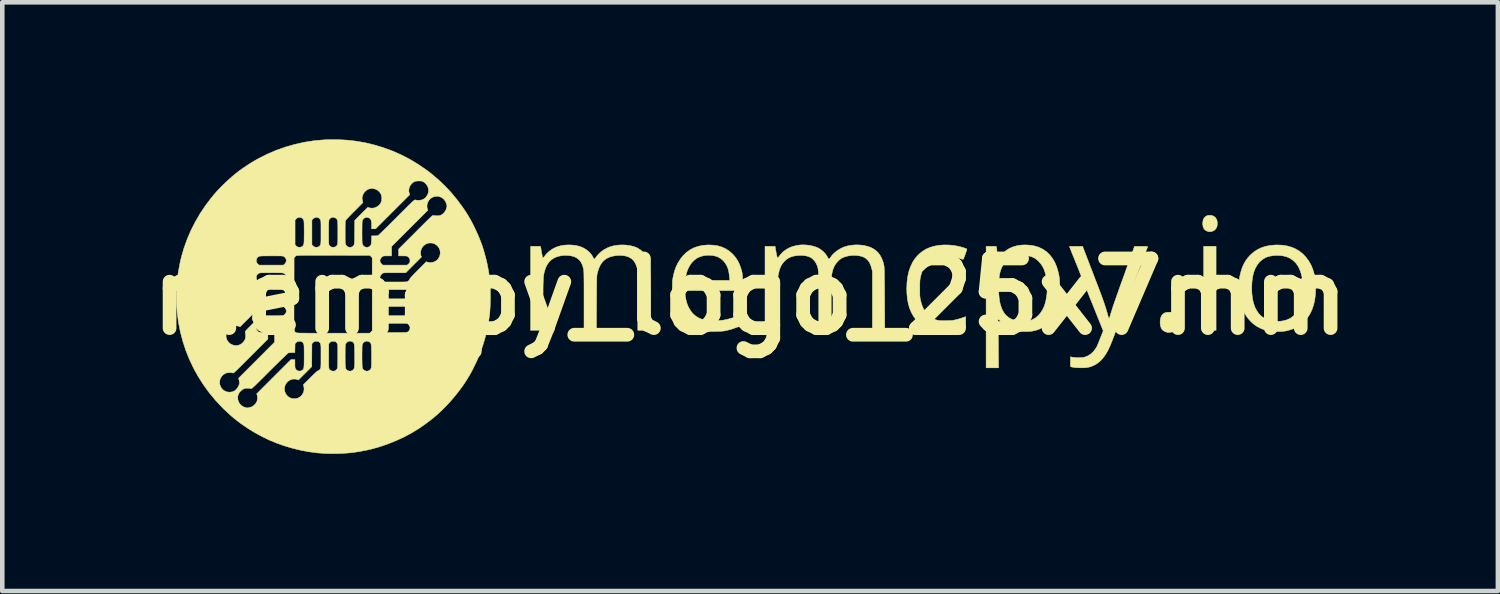
<source format=kicad_pcb>
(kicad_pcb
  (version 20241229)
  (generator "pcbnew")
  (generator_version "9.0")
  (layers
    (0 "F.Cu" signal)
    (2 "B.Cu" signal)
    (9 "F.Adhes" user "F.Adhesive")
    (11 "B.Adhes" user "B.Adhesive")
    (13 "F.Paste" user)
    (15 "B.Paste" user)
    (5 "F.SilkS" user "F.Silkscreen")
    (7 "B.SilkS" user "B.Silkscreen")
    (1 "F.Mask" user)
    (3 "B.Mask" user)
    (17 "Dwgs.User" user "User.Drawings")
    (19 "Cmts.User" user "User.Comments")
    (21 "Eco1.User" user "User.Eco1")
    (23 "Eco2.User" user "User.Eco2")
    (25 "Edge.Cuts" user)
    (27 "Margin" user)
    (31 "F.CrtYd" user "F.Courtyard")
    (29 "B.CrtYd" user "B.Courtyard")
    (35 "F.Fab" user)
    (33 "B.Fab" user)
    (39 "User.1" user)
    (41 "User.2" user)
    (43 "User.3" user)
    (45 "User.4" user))
  (footprint "memcpy_logo_25x7mm"
    (layer "F.Cu")
    (at 13.36 3.439)
    (property "Reference" "memcpy_logo_25x7mm" (at 0 0 0) (layer "F.SilkS") (effects (font (size 1.524 1.524) (thickness 0.3))))
    (attr through_hole)
    (fp_poly (pts (xy 10.195 0.738) (xy 9.923 0.738) (xy 9.923 -1.1) (xy 10.195 -1.1) (xy 10.195 0.738)) (stroke (width 0.01) (type solid)) (fill yes) (layer "F.SilkS"))
    (fp_poly (pts (xy 10.104 -1.775) (xy 10.145 -1.758) (xy 10.179 -1.731) (xy 10.205 -1.693) (xy 10.211 -1.679) (xy 10.219 -1.646) (xy 10.222 -1.607) (xy 10.221 -1.566) (xy 10.214 -1.531) (xy 10.211 -1.522) (xy 10.189 -1.483) (xy 10.158 -1.452) (xy 10.12 -1.431) (xy 10.078 -1.42) (xy 10.034 -1.421) (xy 9.991 -1.435) (xy 9.983 -1.439) (xy 9.95 -1.462) (xy 9.926 -1.491) (xy 9.911 -1.527) (xy 9.904 -1.572) (xy 9.903 -1.608) (xy 9.908 -1.66) (xy 9.923 -1.704) (xy 9.948 -1.738) (xy 9.982 -1.763) (xy 10.01 -1.774) (xy 10.059 -1.781) (xy 10.104 -1.775)) (stroke (width 0.01) (type solid)) (fill yes) (layer "F.SilkS"))
    (fp_poly (pts (xy 9.199 0.342) (xy 9.225 0.344) (xy 9.244 0.35) (xy 9.257 0.356) (xy 9.296 0.38) (xy 9.324 0.409) (xy 9.345 0.447) (xy 9.358 0.494) (xy 9.361 0.508) (xy 9.365 0.555) (xy 9.362 0.605) (xy 9.353 0.651) (xy 9.339 0.688) (xy 9.315 0.722) (xy 9.28 0.75) (xy 9.239 0.771) (xy 9.194 0.783) (xy 9.149 0.785) (xy 9.127 0.782) (xy 9.081 0.767) (xy 9.042 0.745) (xy 9.012 0.718) (xy 8.999 0.697) (xy 8.982 0.654) (xy 8.973 0.605) (xy 8.971 0.555) (xy 8.975 0.504) (xy 8.985 0.458) (xy 9.002 0.418) (xy 9.024 0.388) (xy 9.027 0.385) (xy 9.056 0.364) (xy 9.088 0.35) (xy 9.126 0.343) (xy 9.165 0.341) (xy 9.199 0.342)) (stroke (width 0.01) (type solid)) (fill yes) (layer "F.SilkS"))
    (fp_poly (pts (xy 4.341 -1.129) (xy 4.448 -1.12) (xy 4.555 -1.101) (xy 4.614 -1.086) (xy 4.643 -1.078) (xy 4.673 -1.069) (xy 4.701 -1.059) (xy 4.725 -1.05) (xy 4.74 -1.044) (xy 4.743 -1.042) (xy 4.743 -1.035) (xy 4.739 -1.018) (xy 4.73 -0.989) (xy 4.716 -0.949) (xy 4.701 -0.908) (xy 4.69 -0.878) (xy 4.68 -0.852) (xy 4.674 -0.833) (xy 4.671 -0.826) (xy 4.664 -0.817) (xy 4.648 -0.815) (xy 4.623 -0.823) (xy 4.616 -0.825) (xy 4.565 -0.844) (xy 4.503 -0.86) (xy 4.437 -0.874) (xy 4.369 -0.884) (xy 4.304 -0.89) (xy 4.268 -0.891) (xy 4.175 -0.885) (xy 4.091 -0.87) (xy 4.015 -0.843) (xy 3.948 -0.806) (xy 3.889 -0.757) (xy 3.839 -0.698) (xy 3.796 -0.627) (xy 3.761 -0.544) (xy 3.733 -0.45) (xy 3.728 -0.428) (xy 3.723 -0.405) (xy 3.72 -0.382) (xy 3.717 -0.359) (xy 3.715 -0.331) (xy 3.714 -0.298) (xy 3.713 -0.257) (xy 3.713 -0.205) (xy 3.713 -0.177) (xy 3.713 -0.121) (xy 3.713 -0.075) (xy 3.714 -0.039) (xy 3.715 -0.01) (xy 3.718 0.014) (xy 3.721 0.036) (xy 3.725 0.058) (xy 3.728 0.073) (xy 3.749 0.154) (xy 3.773 0.223) (xy 3.803 0.284) (xy 3.838 0.337) (xy 3.88 0.387) (xy 3.887 0.393) (xy 3.932 0.435) (xy 3.978 0.467) (xy 4.028 0.492) (xy 4.075 0.51) (xy 4.092 0.515) (xy 4.109 0.519) (xy 4.127 0.522) (xy 4.148 0.524) (xy 4.177 0.525) (xy 4.214 0.525) (xy 4.262 0.525) (xy 4.273 0.525) (xy 4.324 0.525) (xy 4.364 0.524) (xy 4.396 0.523) (xy 4.422 0.521) (xy 4.445 0.518) (xy 4.469 0.513) (xy 4.495 0.507) (xy 4.499 0.506) (xy 4.537 0.497) (xy 4.576 0.486) (xy 4.611 0.475) (xy 4.628 0.47) (xy 4.655 0.46) (xy 4.68 0.452) (xy 4.697 0.446) (xy 4.699 0.445) (xy 4.718 0.439) (xy 4.718 0.679) (xy 4.682 0.694) (xy 4.626 0.716) (xy 4.573 0.732) (xy 4.519 0.744) (xy 4.462 0.753) (xy 4.397 0.759) (xy 4.323 0.762) (xy 4.287 0.763) (xy 4.234 0.764) (xy 4.193 0.764) (xy 4.16 0.763) (xy 4.133 0.761) (xy 4.109 0.759) (xy 4.085 0.755) (xy 4.059 0.75) (xy 4.05 0.748) (xy 3.956 0.724) (xy 3.872 0.692) (xy 3.797 0.652) (xy 3.729 0.603) (xy 3.701 0.579) (xy 3.633 0.508) (xy 3.575 0.43) (xy 3.527 0.344) (xy 3.488 0.251) (xy 3.46 0.148) (xy 3.44 0.037) (xy 3.43 -0.084) (xy 3.428 -0.177) (xy 3.433 -0.31) (xy 3.448 -0.433) (xy 3.473 -0.547) (xy 3.509 -0.652) (xy 3.554 -0.746) (xy 3.608 -0.831) (xy 3.673 -0.907) (xy 3.747 -0.972) (xy 3.831 -1.028) (xy 3.866 -1.047) (xy 3.947 -1.08) (xy 4.036 -1.105) (xy 4.133 -1.122) (xy 4.236 -1.13) (xy 4.341 -1.129)) (stroke (width 0.01) (type solid)) (fill yes) (layer "F.SilkS"))
    (fp_poly (pts (xy 11.649 -1.125) (xy 11.755 -1.108) (xy 11.853 -1.079) (xy 11.944 -1.039) (xy 12.027 -0.988) (xy 12.103 -0.925) (xy 12.163 -0.859) (xy 12.224 -0.777) (xy 12.274 -0.689) (xy 12.313 -0.594) (xy 12.343 -0.491) (xy 12.362 -0.38) (xy 12.373 -0.26) (xy 12.375 -0.181) (xy 12.369 -0.049) (xy 12.354 0.073) (xy 12.328 0.186) (xy 12.292 0.29) (xy 12.246 0.385) (xy 12.189 0.47) (xy 12.123 0.546) (xy 12.046 0.612) (xy 12.043 0.614) (xy 11.981 0.656) (xy 11.918 0.69) (xy 11.849 0.717) (xy 11.773 0.739) (xy 11.721 0.751) (xy 11.67 0.759) (xy 11.61 0.764) (xy 11.546 0.766) (xy 11.481 0.765) (xy 11.419 0.761) (xy 11.366 0.755) (xy 11.346 0.751) (xy 11.297 0.74) (xy 11.255 0.728) (xy 11.217 0.714) (xy 11.178 0.697) (xy 11.155 0.687) (xy 11.098 0.657) (xy 11.048 0.625) (xy 11.001 0.588) (xy 10.953 0.543) (xy 10.89 0.472) (xy 10.836 0.394) (xy 10.79 0.307) (xy 10.753 0.212) (xy 10.723 0.105) (xy 10.715 0.07) (xy 10.71 0.046) (xy 10.706 0.023) (xy 10.704 -0.001) (xy 10.702 -0.027) (xy 10.7 -0.06) (xy 10.7 -0.1) (xy 10.699 -0.15) (xy 10.699 -0.184) (xy 10.974 -0.184) (xy 10.979 -0.066) (xy 10.992 0.043) (xy 11.013 0.141) (xy 11.044 0.229) (xy 11.083 0.306) (xy 11.13 0.373) (xy 11.185 0.428) (xy 11.249 0.473) (xy 11.277 0.488) (xy 11.35 0.516) (xy 11.431 0.534) (xy 11.515 0.542) (xy 11.601 0.539) (xy 11.669 0.529) (xy 11.748 0.507) (xy 11.82 0.473) (xy 11.883 0.428) (xy 11.939 0.373) (xy 11.986 0.306) (xy 12.025 0.228) (xy 12.057 0.138) (xy 12.076 0.063) (xy 12.081 0.037) (xy 12.084 0.013) (xy 12.087 -0.012) (xy 12.089 -0.04) (xy 12.09 -0.075) (xy 12.091 -0.118) (xy 12.091 -0.172) (xy 12.091 -0.181) (xy 12.091 -0.237) (xy 12.09 -0.282) (xy 12.089 -0.318) (xy 12.087 -0.347) (xy 12.085 -0.372) (xy 12.081 -0.396) (xy 12.076 -0.421) (xy 12.076 -0.424) (xy 12.052 -0.517) (xy 12.023 -0.598) (xy 11.987 -0.669) (xy 11.943 -0.73) (xy 11.892 -0.782) (xy 11.832 -0.826) (xy 11.802 -0.844) (xy 11.745 -0.869) (xy 11.68 -0.887) (xy 11.608 -0.898) (xy 11.533 -0.901) (xy 11.458 -0.898) (xy 11.386 -0.887) (xy 11.319 -0.87) (xy 11.273 -0.851) (xy 11.206 -0.81) (xy 11.146 -0.758) (xy 11.096 -0.695) (xy 11.054 -0.622) (xy 11.021 -0.538) (xy 10.997 -0.443) (xy 10.982 -0.337) (xy 10.975 -0.22) (xy 10.974 -0.184) (xy 10.699 -0.184) (xy 10.699 -0.188) (xy 10.699 -0.246) (xy 10.7 -0.292) (xy 10.701 -0.329) (xy 10.702 -0.359) (xy 10.704 -0.384) (xy 10.707 -0.407) (xy 10.712 -0.431) (xy 10.715 -0.449) (xy 10.74 -0.55) (xy 10.769 -0.639) (xy 10.805 -0.72) (xy 10.848 -0.792) (xy 10.899 -0.86) (xy 10.944 -0.909) (xy 11.017 -0.974) (xy 11.097 -1.027) (xy 11.184 -1.069) (xy 11.279 -1.1) (xy 11.383 -1.12) (xy 11.494 -1.129) (xy 11.534 -1.13) (xy 11.649 -1.125)) (stroke (width 0.01) (type solid)) (fill yes) (layer "F.SilkS"))
    (fp_poly (pts (xy -0.797 -1.125) (xy -0.701 -1.11) (xy -0.613 -1.083) (xy -0.532 -1.046) (xy -0.457 -0.997) (xy -0.387 -0.936) (xy -0.377 -0.926) (xy -0.32 -0.86) (xy -0.271 -0.786) (xy -0.231 -0.704) (xy -0.198 -0.612) (xy -0.18 -0.546) (xy -0.175 -0.524) (xy -0.171 -0.5) (xy -0.168 -0.474) (xy -0.166 -0.443) (xy -0.164 -0.403) (xy -0.162 -0.355) (xy -0.161 -0.308) (xy -0.157 -0.132) (xy -0.792 -0.132) (xy -1.428 -0.132) (xy -1.424 -0.082) (xy -1.414 -0.001) (xy -1.402 0.069) (xy -1.386 0.131) (xy -1.366 0.188) (xy -1.343 0.239) (xy -1.301 0.311) (xy -1.251 0.372) (xy -1.193 0.423) (xy -1.126 0.465) (xy -1.048 0.499) (xy -1.006 0.513) (xy -0.981 0.518) (xy -0.945 0.522) (xy -0.9 0.524) (xy -0.849 0.526) (xy -0.796 0.526) (xy -0.741 0.526) (xy -0.688 0.524) (xy -0.64 0.521) (xy -0.599 0.517) (xy -0.571 0.513) (xy -0.484 0.493) (xy -0.402 0.47) (xy -0.327 0.446) (xy -0.263 0.422) (xy -0.237 0.41) (xy -0.237 0.652) (xy -0.291 0.673) (xy -0.419 0.717) (xy -0.536 0.746) (xy -0.563 0.751) (xy -0.59 0.754) (xy -0.62 0.757) (xy -0.655 0.759) (xy -0.699 0.761) (xy -0.752 0.762) (xy -0.786 0.763) (xy -0.842 0.763) (xy -0.886 0.764) (xy -0.921 0.763) (xy -0.949 0.762) (xy -0.973 0.76) (xy -0.995 0.758) (xy -1.018 0.754) (xy -1.044 0.748) (xy -1.044 0.748) (xy -1.147 0.722) (xy -1.239 0.687) (xy -1.322 0.643) (xy -1.398 0.588) (xy -1.468 0.523) (xy -1.511 0.473) (xy -1.542 0.431) (xy -1.573 0.38) (xy -1.603 0.324) (xy -1.63 0.267) (xy -1.651 0.214) (xy -1.655 0.202) (xy -1.669 0.154) (xy -1.68 0.109) (xy -1.688 0.065) (xy -1.694 0.017) (xy -1.698 -0.035) (xy -1.7 -0.096) (xy -1.701 -0.168) (xy -1.701 -0.17) (xy -1.7 -0.227) (xy -1.7 -0.273) (xy -1.699 -0.309) (xy -1.697 -0.339) (xy -1.696 -0.355) (xy -1.421 -0.355) (xy -0.445 -0.355) (xy -0.445 -0.374) (xy -0.447 -0.401) (xy -0.451 -0.437) (xy -0.456 -0.477) (xy -0.462 -0.519) (xy -0.469 -0.558) (xy -0.476 -0.589) (xy -0.48 -0.605) (xy -0.509 -0.675) (xy -0.547 -0.738) (xy -0.594 -0.793) (xy -0.649 -0.837) (xy -0.709 -0.87) (xy -0.725 -0.876) (xy -0.795 -0.896) (xy -0.87 -0.905) (xy -0.947 -0.904) (xy -1.022 -0.893) (xy -1.093 -0.873) (xy -1.157 -0.844) (xy -1.169 -0.837) (xy -1.227 -0.793) (xy -1.279 -0.738) (xy -1.324 -0.673) (xy -1.361 -0.601) (xy -1.388 -0.524) (xy -1.406 -0.442) (xy -1.406 -0.442) (xy -1.41 -0.414) (xy -1.414 -0.39) (xy -1.417 -0.374) (xy -1.421 -0.355) (xy -1.696 -0.355) (xy -1.695 -0.366) (xy -1.691 -0.391) (xy -1.686 -0.418) (xy -1.685 -0.424) (xy -1.666 -0.51) (xy -1.644 -0.585) (xy -1.619 -0.652) (xy -1.589 -0.716) (xy -1.579 -0.734) (xy -1.522 -0.825) (xy -1.458 -0.904) (xy -1.386 -0.972) (xy -1.307 -1.027) (xy -1.221 -1.071) (xy -1.128 -1.102) (xy -1.027 -1.122) (xy -0.919 -1.13) (xy -0.901 -1.13) (xy -0.797 -1.125)) (stroke (width 0.01) (type solid)) (fill yes) (layer "F.SilkS"))
    (fp_poly (pts (xy -3.891 -1.128) (xy -3.809 -1.118) (xy -3.733 -1.1) (xy -3.709 -1.092) (xy -3.635 -1.059) (xy -3.569 -1.017) (xy -3.512 -0.967) (xy -3.465 -0.911) (xy -3.435 -0.858) (xy -3.424 -0.839) (xy -3.413 -0.825) (xy -3.407 -0.821) (xy -3.399 -0.827) (xy -3.386 -0.841) (xy -3.372 -0.861) (xy -3.324 -0.921) (xy -3.266 -0.976) (xy -3.198 -1.025) (xy -3.124 -1.065) (xy -3.058 -1.092) (xy -2.979 -1.113) (xy -2.894 -1.126) (xy -2.807 -1.131) (xy -2.719 -1.128) (xy -2.635 -1.117) (xy -2.555 -1.099) (xy -2.484 -1.073) (xy -2.458 -1.06) (xy -2.393 -1.018) (xy -2.337 -0.968) (xy -2.29 -0.908) (xy -2.252 -0.838) (xy -2.223 -0.758) (xy -2.203 -0.668) (xy -2.193 -0.591) (xy -2.191 -0.568) (xy -2.19 -0.532) (xy -2.189 -0.482) (xy -2.188 -0.421) (xy -2.187 -0.347) (xy -2.186 -0.262) (xy -2.186 -0.167) (xy -2.185 -0.06) (xy -2.185 0.056) (xy -2.185 0.113) (xy -2.185 0.738) (xy -2.456 0.738) (xy -2.46 -0.595) (xy -2.477 -0.644) (xy -2.499 -0.704) (xy -2.524 -0.752) (xy -2.551 -0.791) (xy -2.584 -0.822) (xy -2.596 -0.832) (xy -2.653 -0.865) (xy -2.718 -0.887) (xy -2.792 -0.9) (xy -2.874 -0.901) (xy -2.922 -0.898) (xy -3.005 -0.885) (xy -3.078 -0.863) (xy -3.142 -0.832) (xy -3.197 -0.791) (xy -3.244 -0.739) (xy -3.283 -0.677) (xy -3.315 -0.603) (xy -3.34 -0.517) (xy -3.342 -0.509) (xy -3.344 -0.498) (xy -3.347 -0.486) (xy -3.349 -0.474) (xy -3.35 -0.459) (xy -3.352 -0.441) (xy -3.353 -0.419) (xy -3.354 -0.391) (xy -3.355 -0.358) (xy -3.356 -0.318) (xy -3.356 -0.269) (xy -3.357 -0.212) (xy -3.357 -0.145) (xy -3.358 -0.067) (xy -3.358 0.023) (xy -3.359 0.125) (xy -3.359 0.144) (xy -3.362 0.738) (xy -3.633 0.738) (xy -3.633 0.092) (xy -3.633 -0.018) (xy -3.633 -0.115) (xy -3.633 -0.201) (xy -3.633 -0.275) (xy -3.634 -0.338) (xy -3.634 -0.393) (xy -3.635 -0.439) (xy -3.635 -0.477) (xy -3.636 -0.509) (xy -3.637 -0.535) (xy -3.638 -0.556) (xy -3.64 -0.573) (xy -3.641 -0.587) (xy -3.643 -0.6) (xy -3.645 -0.611) (xy -3.646 -0.612) (xy -3.666 -0.685) (xy -3.695 -0.747) (xy -3.733 -0.798) (xy -3.78 -0.838) (xy -3.836 -0.869) (xy -3.902 -0.889) (xy -3.957 -0.898) (xy -4.036 -0.902) (xy -4.114 -0.897) (xy -4.187 -0.883) (xy -4.254 -0.861) (xy -4.3 -0.838) (xy -4.357 -0.798) (xy -4.405 -0.748) (xy -4.445 -0.689) (xy -4.477 -0.619) (xy -4.495 -0.56) (xy -4.501 -0.538) (xy -4.507 -0.516) (xy -4.511 -0.494) (xy -4.515 -0.47) (xy -4.518 -0.443) (xy -4.521 -0.412) (xy -4.523 -0.377) (xy -4.525 -0.336) (xy -4.527 -0.289) (xy -4.528 -0.233) (xy -4.529 -0.169) (xy -4.529 -0.095) (xy -4.53 -0.01) (xy -4.53 0.087) (xy -4.53 0.193) (xy -4.53 0.738) (xy -4.802 0.738) (xy -4.802 -1.1) (xy -4.587 -1.1) (xy -4.579 -1.073) (xy -4.574 -1.051) (xy -4.572 -1.032) (xy -4.572 -1.03) (xy -4.57 -1.015) (xy -4.566 -0.992) (xy -4.561 -0.963) (xy -4.558 -0.95) (xy -4.552 -0.92) (xy -4.547 -0.893) (xy -4.544 -0.873) (xy -4.544 -0.868) (xy -4.541 -0.853) (xy -4.531 -0.849) (xy -4.518 -0.856) (xy -4.502 -0.873) (xy -4.499 -0.879) (xy -4.45 -0.94) (xy -4.391 -0.994) (xy -4.322 -1.042) (xy -4.245 -1.081) (xy -4.215 -1.092) (xy -4.142 -1.113) (xy -4.062 -1.126) (xy -3.977 -1.131) (xy -3.891 -1.128)) (stroke (width 0.01) (type solid)) (fill yes) (layer "F.SilkS"))
    (fp_poly (pts (xy 6.13 -1.124) (xy 6.229 -1.107) (xy 6.321 -1.078) (xy 6.405 -1.037) (xy 6.481 -0.985) (xy 6.549 -0.921) (xy 6.609 -0.846) (xy 6.655 -0.772) (xy 6.685 -0.709) (xy 6.711 -0.644) (xy 6.733 -0.571) (xy 6.753 -0.489) (xy 6.758 -0.459) (xy 6.763 -0.434) (xy 6.767 -0.411) (xy 6.769 -0.388) (xy 6.771 -0.362) (xy 6.773 -0.331) (xy 6.773 -0.294) (xy 6.774 -0.247) (xy 6.774 -0.189) (xy 6.774 -0.177) (xy 6.773 -0.118) (xy 6.773 -0.07) (xy 6.772 -0.032) (xy 6.771 -0.001) (xy 6.769 0.025) (xy 6.767 0.048) (xy 6.763 0.07) (xy 6.758 0.095) (xy 6.755 0.111) (xy 6.744 0.161) (xy 6.734 0.201) (xy 6.723 0.238) (xy 6.711 0.275) (xy 6.697 0.312) (xy 6.656 0.399) (xy 6.606 0.48) (xy 6.548 0.552) (xy 6.482 0.615) (xy 6.41 0.668) (xy 6.333 0.709) (xy 6.302 0.722) (xy 6.234 0.743) (xy 6.163 0.757) (xy 6.085 0.764) (xy 6.024 0.765) (xy 5.928 0.762) (xy 5.841 0.75) (xy 5.761 0.729) (xy 5.687 0.7) (xy 5.615 0.66) (xy 5.592 0.645) (xy 5.566 0.625) (xy 5.536 0.6) (xy 5.507 0.572) (xy 5.481 0.545) (xy 5.462 0.522) (xy 5.458 0.517) (xy 5.445 0.505) (xy 5.433 0.501) (xy 5.425 0.503) (xy 5.422 0.51) (xy 5.423 0.526) (xy 5.424 0.531) (xy 5.425 0.542) (xy 5.426 0.567) (xy 5.427 0.603) (xy 5.428 0.649) (xy 5.428 0.705) (xy 5.429 0.768) (xy 5.43 0.839) (xy 5.431 0.914) (xy 5.432 0.995) (xy 5.432 1.059) (xy 5.436 1.559) (xy 5.164 1.559) (xy 5.164 -0.222) (xy 5.437 -0.222) (xy 5.438 -0.133) (xy 5.443 -0.045) (xy 5.451 0.038) (xy 5.462 0.113) (xy 5.47 0.148) (xy 5.495 0.233) (xy 5.526 0.307) (xy 5.565 0.369) (xy 5.612 0.421) (xy 5.667 0.464) (xy 5.732 0.498) (xy 5.757 0.508) (xy 5.818 0.526) (xy 5.886 0.537) (xy 5.958 0.542) (xy 6.029 0.54) (xy 6.094 0.531) (xy 6.102 0.529) (xy 6.174 0.505) (xy 6.24 0.469) (xy 6.3 0.42) (xy 6.352 0.36) (xy 6.398 0.29) (xy 6.416 0.254) (xy 6.437 0.206) (xy 6.453 0.158) (xy 6.467 0.106) (xy 6.479 0.047) (xy 6.486 0.002) (xy 6.492 -0.038) (xy 6.496 -0.074) (xy 6.498 -0.109) (xy 6.499 -0.148) (xy 6.498 -0.195) (xy 6.497 -0.219) (xy 6.491 -0.327) (xy 6.479 -0.422) (xy 6.461 -0.507) (xy 6.436 -0.583) (xy 6.404 -0.651) (xy 6.365 -0.712) (xy 6.317 -0.767) (xy 6.312 -0.772) (xy 6.26 -0.818) (xy 6.206 -0.853) (xy 6.146 -0.877) (xy 6.079 -0.893) (xy 6.042 -0.898) (xy 5.973 -0.902) (xy 5.901 -0.898) (xy 5.83 -0.888) (xy 5.763 -0.872) (xy 5.704 -0.851) (xy 5.688 -0.844) (xy 5.632 -0.807) (xy 5.581 -0.758) (xy 5.538 -0.699) (xy 5.502 -0.63) (xy 5.474 -0.551) (xy 5.47 -0.536) (xy 5.456 -0.47) (xy 5.446 -0.394) (xy 5.44 -0.31) (xy 5.437 -0.222) (xy 5.164 -0.222) (xy 5.164 -1.1) (xy 5.385 -1.1) (xy 5.389 -1.08) (xy 5.393 -1.059) (xy 5.396 -1.037) (xy 5.404 -0.978) (xy 5.412 -0.929) (xy 5.42 -0.891) (xy 5.426 -0.865) (xy 5.431 -0.852) (xy 5.433 -0.851) (xy 5.443 -0.854) (xy 5.455 -0.865) (xy 5.457 -0.867) (xy 5.468 -0.881) (xy 5.487 -0.901) (xy 5.509 -0.925) (xy 5.527 -0.943) (xy 5.593 -1.002) (xy 5.666 -1.05) (xy 5.747 -1.087) (xy 5.836 -1.112) (xy 5.933 -1.127) (xy 6.023 -1.131) (xy 6.13 -1.124)) (stroke (width 0.01) (type solid)) (fill yes) (layer "F.SilkS"))
    (fp_poly (pts (xy 1.207 -1.131) (xy 1.289 -1.123) (xy 1.369 -1.107) (xy 1.443 -1.084) (xy 1.495 -1.062) (xy 1.552 -1.026) (xy 1.606 -0.981) (xy 1.653 -0.93) (xy 1.689 -0.874) (xy 1.698 -0.857) (xy 1.709 -0.837) (xy 1.72 -0.824) (xy 1.726 -0.821) (xy 1.735 -0.827) (xy 1.747 -0.841) (xy 1.761 -0.86) (xy 1.796 -0.908) (xy 1.843 -0.954) (xy 1.897 -0.999) (xy 1.958 -1.038) (xy 2.02 -1.071) (xy 2.055 -1.085) (xy 2.133 -1.109) (xy 2.218 -1.124) (xy 2.305 -1.131) (xy 2.393 -1.13) (xy 2.479 -1.12) (xy 2.56 -1.103) (xy 2.634 -1.078) (xy 2.682 -1.055) (xy 2.745 -1.014) (xy 2.798 -0.965) (xy 2.842 -0.907) (xy 2.879 -0.839) (xy 2.909 -0.76) (xy 2.925 -0.699) (xy 2.927 -0.689) (xy 2.929 -0.678) (xy 2.931 -0.666) (xy 2.933 -0.652) (xy 2.934 -0.636) (xy 2.935 -0.616) (xy 2.937 -0.591) (xy 2.938 -0.561) (xy 2.938 -0.525) (xy 2.939 -0.481) (xy 2.94 -0.429) (xy 2.94 -0.369) (xy 2.941 -0.298) (xy 2.942 -0.217) (xy 2.942 -0.124) (xy 2.943 -0.019) (xy 2.943 0.05) (xy 2.947 0.738) (xy 2.811 0.738) (xy 2.676 0.738) (xy 2.676 -0.553) (xy 2.66 -0.618) (xy 2.639 -0.686) (xy 2.614 -0.742) (xy 2.582 -0.788) (xy 2.543 -0.827) (xy 2.522 -0.843) (xy 2.473 -0.869) (xy 2.415 -0.887) (xy 2.351 -0.898) (xy 2.282 -0.902) (xy 2.211 -0.899) (xy 2.14 -0.888) (xy 2.073 -0.87) (xy 2.011 -0.845) (xy 2.004 -0.841) (xy 1.986 -0.829) (xy 1.962 -0.81) (xy 1.936 -0.787) (xy 1.921 -0.772) (xy 1.878 -0.722) (xy 1.843 -0.666) (xy 1.816 -0.603) (xy 1.796 -0.531) (xy 1.782 -0.448) (xy 1.782 -0.446) (xy 1.78 -0.427) (xy 1.779 -0.395) (xy 1.778 -0.351) (xy 1.777 -0.294) (xy 1.776 -0.226) (xy 1.775 -0.147) (xy 1.775 -0.058) (xy 1.775 0.04) (xy 1.775 0.147) (xy 1.775 0.175) (xy 1.775 0.738) (xy 1.503 0.738) (xy 1.503 0.137) (xy 1.503 0.02) (xy 1.503 -0.084) (xy 1.503 -0.176) (xy 1.502 -0.256) (xy 1.501 -0.326) (xy 1.5 -0.387) (xy 1.499 -0.439) (xy 1.498 -0.484) (xy 1.496 -0.522) (xy 1.493 -0.554) (xy 1.491 -0.581) (xy 1.487 -0.604) (xy 1.484 -0.624) (xy 1.48 -0.642) (xy 1.475 -0.658) (xy 1.474 -0.661) (xy 1.45 -0.718) (xy 1.418 -0.771) (xy 1.38 -0.815) (xy 1.337 -0.85) (xy 1.335 -0.851) (xy 1.288 -0.873) (xy 1.231 -0.89) (xy 1.166 -0.899) (xy 1.097 -0.902) (xy 1.036 -0.898) (xy 0.963 -0.888) (xy 0.901 -0.871) (xy 0.846 -0.847) (xy 0.798 -0.815) (xy 0.755 -0.777) (xy 0.722 -0.74) (xy 0.694 -0.701) (xy 0.671 -0.659) (xy 0.651 -0.61) (xy 0.634 -0.552) (xy 0.618 -0.482) (xy 0.618 -0.48) (xy 0.615 -0.467) (xy 0.613 -0.454) (xy 0.61 -0.44) (xy 0.609 -0.425) (xy 0.607 -0.407) (xy 0.606 -0.385) (xy 0.605 -0.359) (xy 0.604 -0.327) (xy 0.603 -0.288) (xy 0.602 -0.242) (xy 0.602 -0.187) (xy 0.602 -0.123) (xy 0.601 -0.048) (xy 0.601 0.039) (xy 0.6 0.138) (xy 0.6 0.165) (xy 0.598 0.738) (xy 0.327 0.738) (xy 0.327 -1.1) (xy 0.547 -1.1) (xy 0.559 -1.028) (xy 0.569 -0.974) (xy 0.577 -0.931) (xy 0.583 -0.9) (xy 0.589 -0.877) (xy 0.593 -0.863) (xy 0.598 -0.854) (xy 0.602 -0.85) (xy 0.606 -0.849) (xy 0.617 -0.852) (xy 0.619 -0.855) (xy 0.624 -0.866) (xy 0.637 -0.884) (xy 0.655 -0.907) (xy 0.677 -0.932) (xy 0.7 -0.957) (xy 0.722 -0.979) (xy 0.736 -0.991) (xy 0.797 -1.034) (xy 0.86 -1.069) (xy 0.929 -1.096) (xy 1.007 -1.116) (xy 1.05 -1.124) (xy 1.126 -1.132) (xy 1.207 -1.131)) (stroke (width 0.01) (type solid)) (fill yes) (layer "F.SilkS"))
    (fp_poly (pts (xy 7.276 -1.099) (xy 7.302 -1.028) (xy 7.317 -0.99) (xy 7.333 -0.948) (xy 7.348 -0.909) (xy 7.354 -0.894) (xy 7.367 -0.859) (xy 7.383 -0.818) (xy 7.399 -0.777) (xy 7.406 -0.759) (xy 7.43 -0.696) (xy 7.45 -0.642) (xy 7.467 -0.599) (xy 7.48 -0.567) (xy 7.488 -0.546) (xy 7.489 -0.543) (xy 7.496 -0.526) (xy 7.504 -0.503) (xy 7.509 -0.491) (xy 7.52 -0.462) (xy 7.531 -0.431) (xy 7.535 -0.421) (xy 7.542 -0.402) (xy 7.553 -0.374) (xy 7.567 -0.339) (xy 7.582 -0.3) (xy 7.589 -0.282) (xy 7.604 -0.243) (xy 7.618 -0.206) (xy 7.63 -0.174) (xy 7.639 -0.15) (xy 7.642 -0.143) (xy 7.694 -0.004) (xy 7.741 0.128) (xy 7.782 0.253) (xy 7.817 0.369) (xy 7.836 0.44) (xy 7.844 0.462) (xy 7.853 0.472) (xy 7.861 0.47) (xy 7.867 0.455) (xy 7.867 0.454) (xy 7.871 0.44) (xy 7.878 0.416) (xy 7.888 0.384) (xy 7.9 0.345) (xy 7.913 0.304) (xy 7.926 0.262) (xy 7.939 0.221) (xy 7.951 0.185) (xy 7.961 0.156) (xy 7.968 0.137) (xy 7.968 0.136) (xy 7.976 0.114) (xy 7.986 0.084) (xy 7.998 0.05) (xy 8.006 0.028) (xy 8.018 -0.006) (xy 8.029 -0.039) (xy 8.039 -0.067) (xy 8.044 -0.08) (xy 8.051 -0.1) (xy 8.062 -0.13) (xy 8.074 -0.165) (xy 8.086 -0.198) (xy 8.098 -0.233) (xy 8.109 -0.264) (xy 8.118 -0.29) (xy 8.124 -0.306) (xy 8.124 -0.306) (xy 8.132 -0.327) (xy 8.141 -0.353) (xy 8.148 -0.371) (xy 8.159 -0.4) (xy 8.17 -0.432) (xy 8.176 -0.447) (xy 8.183 -0.466) (xy 8.193 -0.495) (xy 8.206 -0.531) (xy 8.22 -0.571) (xy 8.229 -0.595) (xy 8.243 -0.635) (xy 8.257 -0.673) (xy 8.269 -0.707) (xy 8.278 -0.733) (xy 8.282 -0.743) (xy 8.292 -0.772) (xy 8.304 -0.804) (xy 8.309 -0.818) (xy 8.32 -0.847) (xy 8.331 -0.879) (xy 8.336 -0.892) (xy 8.344 -0.914) (xy 8.355 -0.944) (xy 8.367 -0.979) (xy 8.38 -1.014) (xy 8.41 -1.099) (xy 8.554 -1.099) (xy 8.604 -1.099) (xy 8.644 -1.098) (xy 8.674 -1.097) (xy 8.693 -1.095) (xy 8.699 -1.093) (xy 8.696 -1.082) (xy 8.69 -1.066) (xy 8.688 -1.063) (xy 8.681 -1.045) (xy 8.67 -1.019) (xy 8.661 -0.993) (xy 8.649 -0.961) (xy 8.635 -0.926) (xy 8.627 -0.903) (xy 8.611 -0.863) (xy 8.595 -0.818) (xy 8.578 -0.775) (xy 8.564 -0.735) (xy 8.553 -0.706) (xy 8.54 -0.672) (xy 8.526 -0.635) (xy 8.512 -0.599) (xy 8.501 -0.568) (xy 8.494 -0.55) (xy 8.476 -0.503) (xy 8.457 -0.454) (xy 8.438 -0.404) (xy 8.421 -0.357) (xy 8.405 -0.316) (xy 8.394 -0.285) (xy 8.392 -0.282) (xy 8.384 -0.259) (xy 8.372 -0.228) (xy 8.36 -0.196) (xy 8.357 -0.188) (xy 8.345 -0.155) (xy 8.331 -0.12) (xy 8.32 -0.09) (xy 8.318 -0.085) (xy 8.3 -0.036) (xy 8.285 0.002) (xy 8.274 0.031) (xy 8.266 0.053) (xy 8.26 0.069) (xy 8.257 0.077) (xy 8.249 0.096) (xy 8.239 0.122) (xy 8.23 0.146) (xy 8.22 0.175) (xy 8.206 0.21) (xy 8.193 0.244) (xy 8.191 0.251) (xy 8.179 0.282) (xy 8.167 0.314) (xy 8.158 0.339) (xy 8.156 0.344) (xy 8.147 0.368) (xy 8.136 0.398) (xy 8.124 0.43) (xy 8.121 0.438) (xy 8.108 0.472) (xy 8.094 0.508) (xy 8.083 0.538) (xy 8.081 0.543) (xy 8.071 0.57) (xy 8.061 0.596) (xy 8.055 0.612) (xy 8.046 0.635) (xy 8.034 0.667) (xy 8.019 0.706) (xy 8.004 0.747) (xy 7.996 0.769) (xy 7.987 0.792) (xy 7.976 0.823) (xy 7.964 0.855) (xy 7.96 0.863) (xy 7.948 0.897) (xy 7.934 0.932) (xy 7.923 0.963) (xy 7.921 0.967) (xy 7.876 1.078) (xy 7.83 1.176) (xy 7.781 1.261) (xy 7.729 1.334) (xy 7.675 1.396) (xy 7.616 1.447) (xy 7.553 1.489) (xy 7.505 1.512) (xy 7.46 1.53) (xy 7.416 1.543) (xy 7.371 1.552) (xy 7.32 1.557) (xy 7.259 1.558) (xy 7.241 1.558) (xy 7.198 1.557) (xy 7.156 1.556) (xy 7.118 1.553) (xy 7.088 1.55) (xy 7.079 1.548) (xy 7.052 1.543) (xy 7.031 1.539) (xy 7.018 1.535) (xy 7.018 1.535) (xy 7.014 1.531) (xy 7.011 1.522) (xy 7.009 1.505) (xy 7.008 1.478) (xy 7.008 1.44) (xy 7.008 1.424) (xy 7.008 1.317) (xy 7.055 1.327) (xy 7.096 1.332) (xy 7.144 1.335) (xy 7.195 1.336) (xy 7.245 1.334) (xy 7.289 1.33) (xy 7.322 1.323) (xy 7.39 1.297) (xy 7.451 1.258) (xy 7.506 1.208) (xy 7.556 1.145) (xy 7.59 1.089) (xy 7.595 1.078) (xy 7.604 1.056) (xy 7.617 1.024) (xy 7.633 0.985) (xy 7.651 0.939) (xy 7.671 0.889) (xy 7.692 0.836) (xy 7.708 0.794) (xy 7.726 0.749) (xy 7.606 0.449) (xy 7.581 0.387) (xy 7.557 0.327) (xy 7.535 0.272) (xy 7.515 0.222) (xy 7.498 0.179) (xy 7.484 0.145) (xy 7.474 0.122) (xy 7.47 0.111) (xy 7.457 0.08) (xy 7.442 0.043) (xy 7.427 0.006) (xy 7.414 -0.028) (xy 7.403 -0.055) (xy 7.4 -0.063) (xy 7.395 -0.077) (xy 7.385 -0.102) (xy 7.372 -0.134) (xy 7.357 -0.171) (xy 7.345 -0.202) (xy 7.316 -0.274) (xy 7.291 -0.335) (xy 7.271 -0.385) (xy 7.254 -0.425) (xy 7.241 -0.458) (xy 7.231 -0.482) (xy 7.224 -0.501) (xy 7.218 -0.515) (xy 7.215 -0.525) (xy 7.213 -0.529) (xy 7.205 -0.55) (xy 7.195 -0.576) (xy 7.189 -0.59) (xy 7.178 -0.618) (xy 7.166 -0.648) (xy 7.162 -0.659) (xy 7.155 -0.676) (xy 7.144 -0.703) (xy 7.13 -0.738) (xy 7.114 -0.777) (xy 7.097 -0.82) (xy 7.095 -0.825) (xy 7.078 -0.866) (xy 7.062 -0.905) (xy 7.048 -0.938) (xy 7.038 -0.964) (xy 7.032 -0.98) (xy 7.032 -0.981) (xy 7.024 -1.001) (xy 7.014 -1.027) (xy 7.005 -1.05) (xy 6.996 -1.073) (xy 6.989 -1.09) (xy 6.987 -1.097) (xy 6.987 -1.097) (xy 6.993 -1.098) (xy 7.012 -1.099) (xy 7.04 -1.099) (xy 7.076 -1.099) (xy 7.118 -1.099) (xy 7.131 -1.099) (xy 7.276 -1.099)) (stroke (width 0.01) (type solid)) (fill yes) (layer "F.SilkS"))
    (fp_poly (pts (xy -8.812 -3.423) (xy -8.613 -3.4) (xy -8.417 -3.366) (xy -8.22 -3.318) (xy -8.038 -3.264) (xy -7.834 -3.19) (xy -7.636 -3.103) (xy -7.444 -3.004) (xy -7.259 -2.893) (xy -7.08 -2.769) (xy -6.976 -2.69) (xy -6.819 -2.557) (xy -6.673 -2.419) (xy -6.536 -2.272) (xy -6.408 -2.117) (xy -6.285 -1.95) (xy -6.262 -1.917) (xy -6.219 -1.853) (xy -6.184 -1.797) (xy -6.155 -1.749) (xy -6.152 -1.743) (xy -6.141 -1.724) (xy -6.127 -1.701) (xy -6.121 -1.691) (xy -6.097 -1.647) (xy -6.068 -1.592) (xy -6.038 -1.531) (xy -6.007 -1.466) (xy -5.976 -1.4) (xy -5.948 -1.336) (xy -5.923 -1.277) (xy -5.903 -1.226) (xy -5.901 -1.221) (xy -5.891 -1.195) (xy -5.882 -1.172) (xy -5.877 -1.159) (xy -5.865 -1.126) (xy -5.85 -1.082) (xy -5.835 -1.031) (xy -5.818 -0.973) (xy -5.801 -0.913) (xy -5.785 -0.852) (xy -5.77 -0.794) (xy -5.757 -0.74) (xy -5.749 -0.699) (xy -5.73 -0.602) (xy -5.715 -0.514) (xy -5.704 -0.431) (xy -5.695 -0.349) (xy -5.689 -0.267) (xy -5.685 -0.18) (xy -5.682 -0.085) (xy -5.682 0) (xy -5.683 0.104) (xy -5.685 0.197) (xy -5.69 0.283) (xy -5.696 0.365) (xy -5.706 0.446) (xy -5.718 0.53) (xy -5.734 0.62) (xy -5.749 0.699) (xy -5.768 0.787) (xy -5.793 0.883) (xy -5.821 0.984) (xy -5.853 1.085) (xy -5.887 1.184) (xy -5.914 1.256) (xy -5.933 1.303) (xy -5.957 1.358) (xy -5.984 1.419) (xy -6.014 1.481) (xy -6.044 1.543) (xy -6.073 1.601) (xy -6.1 1.652) (xy -6.121 1.691) (xy -6.135 1.714) (xy -6.147 1.736) (xy -6.152 1.743) (xy -6.22 1.855) (xy -6.299 1.971) (xy -6.387 2.089) (xy -6.482 2.206) (xy -6.582 2.321) (xy -6.686 2.431) (xy -6.792 2.533) (xy -6.841 2.578) (xy -6.889 2.619) (xy -6.946 2.666) (xy -7.009 2.715) (xy -7.075 2.765) (xy -7.141 2.813) (xy -7.204 2.857) (xy -7.255 2.891) (xy -7.409 2.985) (xy -7.574 3.073) (xy -7.746 3.152) (xy -7.923 3.223) (xy -8.102 3.284) (xy -8.281 3.335) (xy -8.392 3.36) (xy -8.532 3.387) (xy -8.666 3.408) (xy -8.799 3.422) (xy -8.933 3.432) (xy -9.071 3.435) (xy -9.217 3.434) (xy -9.314 3.431) (xy -9.485 3.418) (xy -9.66 3.394) (xy -9.838 3.36) (xy -10.017 3.316) (xy -10.193 3.264) (xy -10.364 3.203) (xy -10.527 3.135) (xy -10.651 3.075) (xy -10.731 3.033) (xy -10.804 2.994) (xy -10.872 2.954) (xy -10.939 2.913) (xy -11.007 2.869) (xy -11.081 2.819) (xy -11.151 2.77) (xy -11.215 2.721) (xy -11.286 2.665) (xy -11.36 2.602) (xy -11.434 2.535) (xy -11.507 2.466) (xy -11.545 2.429) (xy -11.695 2.269) (xy -11.724 2.234) (xy -11.209 2.234) (xy -11.199 2.28) (xy -11.176 2.33) (xy -11.142 2.372) (xy -11.098 2.404) (xy -11.045 2.426) (xy -11.002 2.435) (xy -10.993 2.434) (xy -10.975 2.431) (xy -10.956 2.428) (xy -10.904 2.412) (xy -10.859 2.384) (xy -10.82 2.345) (xy -10.792 2.298) (xy -10.792 2.298) (xy -10.782 2.266) (xy -10.777 2.228) (xy -10.777 2.191) (xy -10.783 2.159) (xy -10.786 2.151) (xy -10.795 2.128) (xy -10.685 2.018) (xy -10.188 2.018) (xy -10.181 2.071) (xy -10.162 2.12) (xy -10.132 2.163) (xy -10.093 2.198) (xy -10.061 2.216) (xy -10.018 2.229) (xy -9.971 2.234) (xy -9.924 2.23) (xy -9.891 2.219) (xy -9.843 2.192) (xy -9.805 2.155) (xy -9.778 2.111) (xy -9.761 2.062) (xy -9.757 2.009) (xy -9.764 1.965) (xy -9.773 1.927) (xy -9.624 1.778) (xy -9.586 1.74) (xy -9.551 1.706) (xy -9.521 1.677) (xy -9.495 1.654) (xy -9.477 1.637) (xy -9.466 1.629) (xy -9.465 1.628) (xy -9.448 1.623) (xy -9.428 1.61) (xy -9.41 1.592) (xy -9.399 1.574) (xy -9.396 1.567) (xy -9.393 1.556) (xy -9.391 1.54) (xy -9.39 1.519) (xy -9.389 1.491) (xy -9.388 1.454) (xy -9.388 1.422) (xy -9.22 1.422) (xy -9.219 1.47) (xy -9.219 1.507) (xy -9.217 1.536) (xy -9.215 1.558) (xy -9.211 1.574) (xy -9.206 1.586) (xy -9.2 1.595) (xy -9.193 1.602) (xy -9.185 1.608) (xy -9.15 1.627) (xy -9.115 1.632) (xy -9.082 1.624) (xy -9.068 1.615) (xy -9.051 1.601) (xy -9.037 1.584) (xy -9.033 1.578) (xy -9.03 1.572) (xy -9.027 1.563) (xy -9.025 1.55) (xy -9.024 1.532) (xy -9.023 1.506) (xy -9.022 1.473) (xy -9.021 1.43) (xy -9.021 1.376) (xy -9.02 1.316) (xy -9.02 1.297) (xy -8.859 1.297) (xy -8.858 1.367) (xy -8.858 1.424) (xy -8.857 1.47) (xy -8.856 1.507) (xy -8.853 1.535) (xy -8.85 1.557) (xy -8.846 1.573) (xy -8.84 1.585) (xy -8.833 1.594) (xy -8.827 1.601) (xy -8.803 1.617) (xy -8.774 1.628) (xy -8.745 1.631) (xy -8.737 1.63) (xy -8.718 1.624) (xy -8.697 1.612) (xy -8.692 1.608) (xy -8.681 1.599) (xy -8.672 1.59) (xy -8.666 1.579) (xy -8.66 1.565) (xy -8.656 1.546) (xy -8.654 1.521) (xy -8.652 1.489) (xy -8.651 1.448) (xy -8.651 1.397) (xy -8.651 1.334) (xy -8.651 1.297) (xy -8.49 1.297) (xy -8.49 1.367) (xy -8.489 1.424) (xy -8.488 1.47) (xy -8.487 1.507) (xy -8.484 1.535) (xy -8.481 1.557) (xy -8.477 1.573) (xy -8.471 1.585) (xy -8.465 1.594) (xy -8.458 1.601) (xy -8.434 1.617) (xy -8.405 1.628) (xy -8.376 1.631) (xy -8.368 1.63) (xy -8.349 1.624) (xy -8.328 1.612) (xy -8.323 1.608) (xy -8.312 1.599) (xy -8.304 1.59) (xy -8.297 1.579) (xy -8.291 1.565) (xy -8.287 1.546) (xy -8.285 1.521) (xy -8.283 1.489) (xy -8.282 1.448) (xy -8.282 1.397) (xy -8.282 1.334) (xy -8.283 1.291) (xy -8.283 1.223) (xy -8.284 1.167) (xy -8.285 1.122) (xy -8.287 1.086) (xy -8.289 1.059) (xy -8.292 1.039) (xy -8.297 1.024) (xy -8.303 1.012) (xy -8.311 1.004) (xy -8.321 0.996) (xy -8.329 0.99) (xy -8.361 0.976) (xy -8.395 0.974) (xy -8.428 0.984) (xy -8.456 1.003) (xy -8.476 1.032) (xy -8.477 1.033) (xy -8.48 1.041) (xy -8.483 1.052) (xy -8.485 1.065) (xy -8.487 1.082) (xy -8.488 1.106) (xy -8.489 1.137) (xy -8.489 1.177) (xy -8.49 1.228) (xy -8.49 1.291) (xy -8.49 1.297) (xy -8.651 1.297) (xy -8.651 1.291) (xy -8.652 1.223) (xy -8.653 1.167) (xy -8.654 1.122) (xy -8.655 1.086) (xy -8.658 1.059) (xy -8.661 1.039) (xy -8.666 1.024) (xy -8.672 1.012) (xy -8.68 1.004) (xy -8.689 0.996) (xy -8.698 0.99) (xy -8.73 0.976) (xy -8.764 0.974) (xy -8.796 0.984) (xy -8.825 1.003) (xy -8.845 1.032) (xy -8.845 1.033) (xy -8.849 1.041) (xy -8.852 1.052) (xy -8.854 1.065) (xy -8.856 1.082) (xy -8.857 1.106) (xy -8.858 1.137) (xy -8.858 1.177) (xy -8.858 1.228) (xy -8.859 1.291) (xy -8.859 1.297) (xy -9.02 1.297) (xy -9.02 1.243) (xy -9.02 1.18) (xy -9.02 1.127) (xy -9.021 1.087) (xy -9.023 1.059) (xy -9.025 1.044) (xy -9.025 1.044) (xy -9.035 1.022) (xy -9.051 1.002) (xy -9.054 0.998) (xy -9.067 0.987) (xy -9.081 0.981) (xy -9.099 0.978) (xy -9.12 0.978) (xy -9.145 0.978) (xy -9.161 0.981) (xy -9.174 0.989) (xy -9.189 1.002) (xy -9.191 1.004) (xy -9.217 1.03) (xy -9.219 1.292) (xy -9.22 1.364) (xy -9.22 1.422) (xy -9.388 1.422) (xy -9.388 1.407) (xy -9.388 1.348) (xy -9.388 1.301) (xy -9.388 1.232) (xy -9.388 1.177) (xy -9.388 1.132) (xy -9.389 1.096) (xy -9.391 1.069) (xy -9.394 1.048) (xy -9.398 1.033) (xy -9.403 1.021) (xy -9.41 1.012) (xy -9.418 1.003) (xy -9.426 0.995) (xy -9.439 0.985) (xy -9.453 0.98) (xy -9.474 0.978) (xy -9.489 0.978) (xy -9.514 0.978) (xy -9.53 0.981) (xy -9.543 0.989) (xy -9.558 1.003) (xy -9.56 1.004) (xy -9.586 1.03) (xy -9.59 1.533) (xy -9.735 1.678) (xy -9.88 1.823) (xy -9.91 1.813) (xy -9.957 1.803) (xy -10.005 1.805) (xy -10.051 1.819) (xy -10.093 1.842) (xy -10.129 1.874) (xy -10.158 1.913) (xy -10.178 1.957) (xy -10.187 2.006) (xy -10.188 2.018) (xy -10.685 2.018) (xy -10.42 1.753) (xy -10.045 1.378) (xy -9.958 1.378) (xy -9.958 1.466) (xy -9.958 1.507) (xy -9.956 1.538) (xy -9.953 1.56) (xy -9.948 1.576) (xy -9.947 1.577) (xy -9.927 1.604) (xy -9.899 1.622) (xy -9.867 1.63) (xy -9.834 1.628) (xy -9.803 1.614) (xy -9.791 1.606) (xy -9.782 1.598) (xy -9.774 1.588) (xy -9.768 1.576) (xy -9.764 1.559) (xy -9.761 1.537) (xy -9.759 1.508) (xy -9.757 1.471) (xy -9.757 1.423) (xy -9.756 1.364) (xy -9.756 1.301) (xy -9.756 1.232) (xy -9.757 1.177) (xy -9.757 1.132) (xy -9.758 1.096) (xy -9.76 1.069) (xy -9.763 1.048) (xy -9.767 1.033) (xy -9.772 1.021) (xy -9.778 1.012) (xy -9.787 1.003) (xy -9.795 0.995) (xy -9.807 0.985) (xy -9.822 0.98) (xy -9.843 0.978) (xy -9.858 0.978) (xy -9.883 0.978) (xy -9.899 0.981) (xy -9.912 0.989) (xy -9.927 1.003) (xy -9.929 1.004) (xy -9.955 1.03) (xy -9.957 1.127) (xy -9.959 1.225) (xy -10.021 1.225) (xy -10.051 1.226) (xy -10.079 1.228) (xy -10.098 1.231) (xy -10.102 1.232) (xy -10.11 1.238) (xy -10.127 1.253) (xy -10.152 1.277) (xy -10.185 1.308) (xy -10.224 1.346) (xy -10.27 1.39) (xy -10.32 1.439) (xy -10.375 1.493) (xy -10.434 1.551) (xy -10.495 1.612) (xy -10.512 1.629) (xy -10.583 1.7) (xy -10.645 1.762) (xy -10.698 1.815) (xy -10.744 1.86) (xy -10.782 1.898) (xy -10.814 1.93) (xy -10.841 1.955) (xy -10.862 1.974) (xy -10.878 1.989) (xy -10.891 2) (xy -10.9 2.007) (xy -10.908 2.011) (xy -10.913 2.013) (xy -10.917 2.013) (xy -10.921 2.012) (xy -10.921 2.011) (xy -10.937 2.008) (xy -10.962 2.005) (xy -10.991 2.004) (xy -10.996 2.004) (xy -11.028 2.005) (xy -11.051 2.008) (xy -11.072 2.015) (xy -11.084 2.021) (xy -11.131 2.053) (xy -11.168 2.091) (xy -11.194 2.136) (xy -11.208 2.184) (xy -11.209 2.234) (xy -11.724 2.234) (xy -11.833 2.103) (xy -11.959 1.929) (xy -12.002 1.861) (xy -11.606 1.861) (xy -11.604 1.91) (xy -11.594 1.945) (xy -11.57 1.995) (xy -11.536 2.035) (xy -11.495 2.065) (xy -11.448 2.084) (xy -11.395 2.091) (xy -11.34 2.085) (xy -11.321 2.081) (xy -11.281 2.063) (xy -11.244 2.033) (xy -11.213 1.996) (xy -11.189 1.952) (xy -11.179 1.925) (xy -11.173 1.899) (xy -11.171 1.88) (xy -11.172 1.862) (xy -11.177 1.837) (xy -11.179 1.832) (xy -11.19 1.785) (xy -10.797 1.392) (xy -10.404 0.998) (xy -10.404 0.786) (xy -10.312 0.786) (xy -10.274 0.786) (xy -10.246 0.785) (xy -10.227 0.783) (xy -10.213 0.78) (xy -10.201 0.774) (xy -10.198 0.772) (xy -10.169 0.747) (xy -10.152 0.717) (xy -10.146 0.684) (xy -10.153 0.65) (xy -10.172 0.619) (xy -10.188 0.603) (xy -10.21 0.585) (xy -10.473 0.585) (xy -10.54 0.585) (xy -10.595 0.585) (xy -10.639 0.585) (xy -10.673 0.585) (xy -10.699 0.586) (xy -10.718 0.587) (xy -10.732 0.589) (xy -10.742 0.591) (xy -10.749 0.594) (xy -10.755 0.598) (xy -10.759 0.6) (xy -10.785 0.625) (xy -10.799 0.655) (xy -10.803 0.689) (xy -10.796 0.722) (xy -10.778 0.752) (xy -10.76 0.769) (xy -10.75 0.775) (xy -10.738 0.779) (xy -10.722 0.782) (xy -10.697 0.783) (xy -10.662 0.785) (xy -10.645 0.785) (xy -10.55 0.787) (xy -10.55 0.929) (xy -10.924 1.303) (xy -10.994 1.373) (xy -11.054 1.433) (xy -11.106 1.485) (xy -11.15 1.529) (xy -11.187 1.565) (xy -11.218 1.595) (xy -11.243 1.619) (xy -11.263 1.638) (xy -11.278 1.651) (xy -11.29 1.661) (xy -11.299 1.667) (xy -11.306 1.671) (xy -11.311 1.672) (xy -11.315 1.671) (xy -11.318 1.67) (xy -11.343 1.665) (xy -11.376 1.663) (xy -11.412 1.664) (xy -11.446 1.669) (xy -11.472 1.676) (xy -11.473 1.677) (xy -11.522 1.705) (xy -11.559 1.742) (xy -11.587 1.788) (xy -11.596 1.812) (xy -11.606 1.861) (xy -12.002 1.861) (xy -12.074 1.748) (xy -12.177 1.562) (xy -12.267 1.371) (xy -12.346 1.175) (xy -12.411 0.974) (xy -12.439 0.867) (xy -11.465 0.867) (xy -11.457 0.916) (xy -11.438 0.96) (xy -11.41 0.998) (xy -11.375 1.03) (xy -11.333 1.053) (xy -11.287 1.067) (xy -11.238 1.071) (xy -11.188 1.062) (xy -11.173 1.057) (xy -11.126 1.032) (xy -11.088 0.998) (xy -11.059 0.955) (xy -11.047 0.931) (xy -11.041 0.912) (xy -11.038 0.89) (xy -11.037 0.86) (xy -11.037 0.857) (xy -11.038 0.828) (xy -11.041 0.802) (xy -11.044 0.785) (xy -11.045 0.783) (xy -11.047 0.778) (xy -11.047 0.772) (xy -11.045 0.765) (xy -11.039 0.756) (xy -11.029 0.743) (xy -11.013 0.726) (xy -10.991 0.703) (xy -10.962 0.674) (xy -10.925 0.636) (xy -10.88 0.591) (xy -10.706 0.418) (xy -10.464 0.418) (xy -10.399 0.418) (xy -10.347 0.417) (xy -10.305 0.417) (xy -10.273 0.416) (xy -10.249 0.415) (xy -10.232 0.414) (xy -10.219 0.412) (xy -10.21 0.409) (xy -10.203 0.406) (xy -10.198 0.403) (xy -10.169 0.378) (xy -10.159 0.36) (xy -9.978 0.36) (xy -9.978 0.436) (xy -9.978 0.502) (xy -9.978 0.559) (xy -9.977 0.607) (xy -9.976 0.647) (xy -9.975 0.68) (xy -9.973 0.706) (xy -9.971 0.728) (xy -9.968 0.744) (xy -9.965 0.756) (xy -9.961 0.765) (xy -9.957 0.772) (xy -9.952 0.776) (xy -9.947 0.78) (xy -9.941 0.783) (xy -9.934 0.787) (xy -9.931 0.789) (xy -9.926 0.791) (xy -9.92 0.793) (xy -9.911 0.794) (xy -9.899 0.795) (xy -9.883 0.796) (xy -9.862 0.797) (xy -9.835 0.798) (xy -9.802 0.798) (xy -9.762 0.799) (xy -9.714 0.799) (xy -9.658 0.8) (xy -9.591 0.8) (xy -9.515 0.8) (xy -9.428 0.8) (xy -9.329 0.8) (xy -9.218 0.8) (xy -9.117 0.8) (xy -8.321 0.8) (xy -8.267 0.746) (xy -8.267 0.676) (xy -8.097 0.676) (xy -8.096 0.698) (xy -8.082 0.732) (xy -8.058 0.761) (xy -8.042 0.773) (xy -8.035 0.777) (xy -8.028 0.779) (xy -8.017 0.782) (xy -8.002 0.783) (xy -7.982 0.784) (xy -7.955 0.785) (xy -7.918 0.786) (xy -7.872 0.786) (xy -7.815 0.786) (xy -7.766 0.786) (xy -7.7 0.786) (xy -7.646 0.786) (xy -7.603 0.786) (xy -7.57 0.785) (xy -7.544 0.784) (xy -7.526 0.783) (xy -7.512 0.781) (xy -7.503 0.779) (xy -7.495 0.776) (xy -7.489 0.772) (xy -7.462 0.749) (xy -7.446 0.719) (xy -7.439 0.686) (xy -7.444 0.653) (xy -7.459 0.623) (xy -7.483 0.6) (xy -7.489 0.596) (xy -7.496 0.593) (xy -7.504 0.59) (xy -7.515 0.588) (xy -7.531 0.587) (xy -7.553 0.586) (xy -7.583 0.585) (xy -7.621 0.585) (xy -7.67 0.585) (xy -7.73 0.585) (xy -7.766 0.585) (xy -7.833 0.585) (xy -7.887 0.585) (xy -7.931 0.585) (xy -7.965 0.586) (xy -7.99 0.586) (xy -8.01 0.588) (xy -8.023 0.589) (xy -8.033 0.592) (xy -8.041 0.595) (xy -8.048 0.598) (xy -8.05 0.6) (xy -8.072 0.62) (xy -8.089 0.647) (xy -8.097 0.676) (xy -8.267 0.676) (xy -8.267 0.329) (xy -8.096 0.329) (xy -8.082 0.363) (xy -8.058 0.392) (xy -8.042 0.404) (xy -8.035 0.408) (xy -8.028 0.411) (xy -8.017 0.413) (xy -8.002 0.414) (xy -7.982 0.416) (xy -7.955 0.417) (xy -7.918 0.417) (xy -7.872 0.417) (xy -7.815 0.417) (xy -7.766 0.417) (xy -7.7 0.417) (xy -7.646 0.417) (xy -7.603 0.417) (xy -7.57 0.416) (xy -7.544 0.415) (xy -7.526 0.414) (xy -7.512 0.412) (xy -7.503 0.41) (xy -7.495 0.407) (xy -7.489 0.404) (xy -7.462 0.38) (xy -7.446 0.35) (xy -7.439 0.317) (xy -7.444 0.284) (xy -7.459 0.254) (xy -7.483 0.231) (xy -7.489 0.227) (xy -7.496 0.224) (xy -7.504 0.221) (xy -7.515 0.219) (xy -7.531 0.218) (xy -7.553 0.217) (xy -7.583 0.216) (xy -7.621 0.216) (xy -7.67 0.216) (xy -7.73 0.216) (xy -7.766 0.216) (xy -7.833 0.216) (xy -7.888 0.216) (xy -7.931 0.216) (xy -7.965 0.217) (xy -7.991 0.218) (xy -8.01 0.219) (xy -8.024 0.221) (xy -8.034 0.223) (xy -8.041 0.226) (xy -8.048 0.229) (xy -8.048 0.23) (xy -8.07 0.249) (xy -8.087 0.276) (xy -8.096 0.304) (xy -8.096 0.329) (xy -8.267 0.329) (xy -8.267 -0.047) (xy -8.096 -0.047) (xy -8.089 -0.014) (xy -8.07 0.016) (xy -8.05 0.033) (xy -8.044 0.037) (xy -8.037 0.04) (xy -8.029 0.043) (xy -8.018 0.045) (xy -8.002 0.046) (xy -7.981 0.047) (xy -7.951 0.048) (xy -7.913 0.048) (xy -7.865 0.049) (xy -7.805 0.049) (xy -7.764 0.049) (xy -7.501 0.049) (xy -7.473 0.022) (xy -7.455 0.005) (xy -7.446 -0.011) (xy -7.442 -0.03) (xy -7.441 -0.042) (xy -7.444 -0.08) (xy -7.458 -0.111) (xy -7.484 -0.136) (xy -7.489 -0.139) (xy -7.496 -0.143) (xy -7.503 -0.146) (xy -7.513 -0.148) (xy -7.527 -0.15) (xy -7.546 -0.151) (xy -7.572 -0.152) (xy -7.606 -0.153) (xy -7.65 -0.153) (xy -7.705 -0.153) (xy -7.769 -0.153) (xy -7.836 -0.153) (xy -7.89 -0.153) (xy -7.933 -0.153) (xy -7.966 -0.152) (xy -7.992 -0.151) (xy -8.01 -0.15) (xy -8.024 -0.148) (xy -8.033 -0.146) (xy -8.04 -0.143) (xy -8.046 -0.139) (xy -8.049 -0.138) (xy -8.076 -0.112) (xy -8.092 -0.081) (xy -8.096 -0.047) (xy -8.267 -0.047) (xy -8.267 -0.421) (xy -8.098 -0.421) (xy -8.096 -0.405) (xy -8.093 -0.395) (xy -8.081 -0.37) (xy -8.063 -0.346) (xy -8.06 -0.343) (xy -8.035 -0.32) (xy -7.769 -0.32) (xy -7.701 -0.32) (xy -7.646 -0.32) (xy -7.602 -0.32) (xy -7.568 -0.321) (xy -7.542 -0.322) (xy -7.522 -0.323) (xy -7.509 -0.325) (xy -7.499 -0.327) (xy -7.492 -0.33) (xy -7.487 -0.333) (xy -7.484 -0.336) (xy -7.461 -0.355) (xy -7.448 -0.373) (xy -7.443 -0.39) (xy -7.437 -0.399) (xy -7.422 -0.417) (xy -7.399 -0.442) (xy -7.368 -0.475) (xy -7.332 -0.513) (xy -7.29 -0.555) (xy -7.26 -0.586) (xy -7.082 -0.764) (xy -7.059 -0.754) (xy -7.039 -0.749) (xy -7.013 -0.746) (xy -6.991 -0.745) (xy -6.938 -0.751) (xy -6.891 -0.769) (xy -6.851 -0.797) (xy -6.818 -0.833) (xy -6.795 -0.876) (xy -6.781 -0.925) (xy -6.779 -0.977) (xy -6.788 -1.027) (xy -6.805 -1.064) (xy -6.833 -1.101) (xy -6.867 -1.132) (xy -6.904 -1.156) (xy -6.925 -1.164) (xy -6.98 -1.174) (xy -7.033 -1.171) (xy -7.083 -1.154) (xy -7.13 -1.124) (xy -7.137 -1.119) (xy -7.169 -1.083) (xy -7.192 -1.04) (xy -7.206 -0.994) (xy -7.21 -0.948) (xy -7.203 -0.905) (xy -7.199 -0.893) (xy -7.188 -0.868) (xy -7.361 -0.695) (xy -7.533 -0.522) (xy -7.777 -0.522) (xy -7.842 -0.522) (xy -7.894 -0.522) (xy -7.936 -0.522) (xy -7.968 -0.521) (xy -7.992 -0.52) (xy -8.009 -0.519) (xy -8.022 -0.517) (xy -8.031 -0.514) (xy -8.038 -0.511) (xy -8.044 -0.507) (xy -8.045 -0.506) (xy -8.063 -0.49) (xy -8.079 -0.468) (xy -8.085 -0.457) (xy -8.095 -0.436) (xy -8.098 -0.421) (xy -8.267 -0.421) (xy -8.267 -0.79) (xy -8.098 -0.79) (xy -8.096 -0.774) (xy -8.093 -0.764) (xy -8.081 -0.738) (xy -8.063 -0.715) (xy -8.06 -0.712) (xy -8.035 -0.689) (xy -7.506 -0.689) (xy -7.48 -0.707) (xy -7.456 -0.731) (xy -7.442 -0.761) (xy -7.44 -0.794) (xy -7.447 -0.826) (xy -7.465 -0.856) (xy -7.49 -0.877) (xy -7.501 -0.883) (xy -7.515 -0.887) (xy -7.534 -0.889) (xy -7.561 -0.89) (xy -7.598 -0.891) (xy -7.601 -0.891) (xy -7.69 -0.891) (xy -7.69 -1.039) (xy -7.317 -1.411) (xy -7.248 -1.481) (xy -7.187 -1.541) (xy -7.136 -1.592) (xy -7.092 -1.636) (xy -7.055 -1.672) (xy -7.024 -1.702) (xy -6.999 -1.726) (xy -6.98 -1.744) (xy -6.964 -1.758) (xy -6.953 -1.767) (xy -6.944 -1.773) (xy -6.937 -1.776) (xy -6.933 -1.777) (xy -6.929 -1.776) (xy -6.927 -1.776) (xy -6.912 -1.772) (xy -6.888 -1.769) (xy -6.859 -1.768) (xy -6.852 -1.768) (xy -6.818 -1.769) (xy -6.792 -1.773) (xy -6.769 -1.78) (xy -6.76 -1.784) (xy -6.72 -1.81) (xy -6.685 -1.846) (xy -6.658 -1.889) (xy -6.647 -1.917) (xy -6.637 -1.949) (xy -6.633 -1.973) (xy -6.634 -1.996) (xy -6.641 -2.023) (xy -6.647 -2.043) (xy -6.67 -2.092) (xy -6.702 -2.133) (xy -6.743 -2.165) (xy -6.79 -2.186) (xy -6.84 -2.195) (xy -6.891 -2.192) (xy -6.943 -2.176) (xy -6.988 -2.148) (xy -7.025 -2.11) (xy -7.051 -2.063) (xy -7.057 -2.049) (xy -7.068 -1.999) (xy -7.068 -1.953) (xy -7.06 -1.92) (xy -7.049 -1.89) (xy -7.446 -1.493) (xy -7.843 -1.096) (xy -7.843 -0.891) (xy -7.932 -0.891) (xy -7.97 -0.891) (xy -7.996 -0.89) (xy -8.015 -0.888) (xy -8.028 -0.884) (xy -8.039 -0.879) (xy -8.045 -0.875) (xy -8.063 -0.859) (xy -8.079 -0.837) (xy -8.085 -0.826) (xy -8.095 -0.805) (xy -8.098 -0.79) (xy -8.267 -0.79) (xy -8.267 -0.849) (xy -8.291 -0.875) (xy -8.315 -0.901) (xy -9.11 -0.903) (xy -9.247 -0.903) (xy -9.371 -0.903) (xy -9.481 -0.903) (xy -9.578 -0.903) (xy -9.663 -0.903) (xy -9.735 -0.903) (xy -9.795 -0.902) (xy -9.843 -0.901) (xy -9.88 -0.9) (xy -9.905 -0.899) (xy -9.92 -0.898) (xy -9.924 -0.897) (xy -9.94 -0.887) (xy -9.957 -0.87) (xy -9.959 -0.868) (xy -9.976 -0.846) (xy -9.977 -0.06) (xy -9.978 0.064) (xy -9.978 0.175) (xy -9.978 0.273) (xy -9.978 0.36) (xy -10.159 0.36) (xy -10.152 0.348) (xy -10.146 0.315) (xy -10.153 0.282) (xy -10.172 0.25) (xy -10.188 0.234) (xy -10.21 0.216) (xy -10.471 0.216) (xy -10.549 0.216) (xy -10.613 0.216) (xy -10.664 0.217) (xy -10.703 0.219) (xy -10.73 0.221) (xy -10.744 0.223) (xy -10.747 0.224) (xy -10.775 0.244) (xy -10.793 0.269) (xy -10.797 0.281) (xy -10.801 0.29) (xy -10.81 0.303) (xy -10.825 0.321) (xy -10.848 0.346) (xy -10.877 0.377) (xy -10.915 0.417) (xy -10.963 0.465) (xy -10.979 0.481) (xy -11.157 0.66) (xy -11.18 0.65) (xy -11.2 0.645) (xy -11.227 0.641) (xy -11.247 0.64) (xy -11.301 0.647) (xy -11.351 0.665) (xy -11.393 0.695) (xy -11.427 0.734) (xy -11.451 0.782) (xy -11.461 0.816) (xy -11.465 0.867) (xy -12.439 0.867) (xy -12.465 0.77) (xy -12.506 0.562) (xy -12.533 0.352) (xy -12.548 0.139) (xy -12.55 -0.053) (xy -10.803 -0.053) (xy -10.798 -0.02) (xy -10.782 0.01) (xy -10.759 0.032) (xy -10.734 0.049) (xy -10.214 0.049) (xy -10.19 0.031) (xy -10.163 0.003) (xy -10.149 -0.029) (xy -10.147 -0.063) (xy -10.158 -0.096) (xy -10.164 -0.106) (xy -10.172 -0.118) (xy -10.18 -0.127) (xy -10.188 -0.135) (xy -10.2 -0.141) (xy -10.215 -0.145) (xy -10.236 -0.149) (xy -10.263 -0.151) (xy -10.299 -0.152) (xy -10.344 -0.153) (xy -10.4 -0.153) (xy -10.468 -0.153) (xy -10.477 -0.153) (xy -10.544 -0.153) (xy -10.598 -0.153) (xy -10.641 -0.153) (xy -10.674 -0.152) (xy -10.699 -0.151) (xy -10.718 -0.15) (xy -10.731 -0.148) (xy -10.741 -0.146) (xy -10.749 -0.143) (xy -10.755 -0.139) (xy -10.756 -0.139) (xy -10.782 -0.115) (xy -10.797 -0.085) (xy -10.803 -0.053) (xy -12.55 -0.053) (xy -12.55 -0.075) (xy -12.538 -0.29) (xy -12.525 -0.411) (xy -10.803 -0.411) (xy -10.794 -0.377) (xy -10.774 -0.348) (xy -10.766 -0.341) (xy -10.741 -0.32) (xy -10.21 -0.32) (xy -10.188 -0.338) (xy -10.162 -0.368) (xy -10.149 -0.4) (xy -10.147 -0.434) (xy -10.158 -0.466) (xy -10.18 -0.494) (xy -10.198 -0.508) (xy -10.204 -0.511) (xy -10.212 -0.514) (xy -10.221 -0.517) (xy -10.234 -0.519) (xy -10.253 -0.52) (xy -10.278 -0.521) (xy -10.311 -0.521) (xy -10.354 -0.522) (xy -10.408 -0.522) (xy -10.474 -0.522) (xy -10.474 -0.522) (xy -10.54 -0.522) (xy -10.594 -0.522) (xy -10.636 -0.521) (xy -10.67 -0.521) (xy -10.695 -0.52) (xy -10.713 -0.519) (xy -10.727 -0.517) (xy -10.736 -0.514) (xy -10.744 -0.511) (xy -10.751 -0.508) (xy -10.751 -0.507) (xy -10.775 -0.49) (xy -10.79 -0.471) (xy -10.8 -0.446) (xy -10.8 -0.446) (xy -10.803 -0.411) (xy -12.525 -0.411) (xy -12.514 -0.506) (xy -12.475 -0.722) (xy -12.459 -0.792) (xy -10.803 -0.792) (xy -10.799 -0.758) (xy -10.783 -0.727) (xy -10.766 -0.71) (xy -10.741 -0.689) (xy -10.21 -0.689) (xy -10.188 -0.707) (xy -10.162 -0.736) (xy -10.149 -0.769) (xy -10.147 -0.803) (xy -10.158 -0.835) (xy -10.18 -0.863) (xy -10.198 -0.876) (xy -10.204 -0.88) (xy -10.212 -0.883) (xy -10.221 -0.886) (xy -10.235 -0.887) (xy -10.253 -0.889) (xy -10.278 -0.89) (xy -10.312 -0.89) (xy -10.354 -0.891) (xy -10.408 -0.891) (xy -10.473 -0.891) (xy -10.541 -0.891) (xy -10.597 -0.89) (xy -10.642 -0.89) (xy -10.678 -0.889) (xy -10.705 -0.887) (xy -10.726 -0.884) (xy -10.741 -0.881) (xy -10.753 -0.876) (xy -10.762 -0.869) (xy -10.771 -0.861) (xy -10.778 -0.854) (xy -10.796 -0.825) (xy -10.803 -0.792) (xy -12.459 -0.792) (xy -12.439 -0.877) (xy -12.383 -1.068) (xy -12.314 -1.259) (xy -12.233 -1.447) (xy -12.139 -1.632) (xy -12.113 -1.676) (xy -9.955 -1.676) (xy -9.955 -1.135) (xy -9.934 -1.113) (xy -9.913 -1.094) (xy -9.893 -1.084) (xy -9.868 -1.08) (xy -9.849 -1.081) (xy -9.82 -1.085) (xy -9.801 -1.095) (xy -9.794 -1.1) (xy -9.784 -1.109) (xy -9.777 -1.118) (xy -9.771 -1.128) (xy -9.766 -1.14) (xy -9.762 -1.157) (xy -9.76 -1.178) (xy -9.758 -1.207) (xy -9.757 -1.244) (xy -9.757 -1.291) (xy -9.756 -1.35) (xy -9.756 -1.406) (xy -9.756 -1.473) (xy -9.757 -1.527) (xy -9.757 -1.571) (xy -9.758 -1.605) (xy -9.759 -1.631) (xy -9.761 -1.649) (xy -9.763 -1.663) (xy -9.765 -1.673) (xy -9.767 -1.676) (xy -9.586 -1.676) (xy -9.586 -1.135) (xy -9.565 -1.113) (xy -9.544 -1.094) (xy -9.524 -1.084) (xy -9.499 -1.08) (xy -9.48 -1.081) (xy -9.452 -1.085) (xy -9.432 -1.095) (xy -9.425 -1.1) (xy -9.416 -1.109) (xy -9.408 -1.118) (xy -9.402 -1.128) (xy -9.397 -1.14) (xy -9.393 -1.157) (xy -9.391 -1.178) (xy -9.389 -1.207) (xy -9.388 -1.244) (xy -9.388 -1.291) (xy -9.388 -1.35) (xy -9.388 -1.406) (xy -9.388 -1.406) (xy -9.221 -1.406) (xy -9.22 -1.337) (xy -9.22 -1.277) (xy -9.219 -1.226) (xy -9.218 -1.185) (xy -9.216 -1.156) (xy -9.214 -1.14) (xy -9.213 -1.137) (xy -9.201 -1.117) (xy -9.18 -1.098) (xy -9.158 -1.084) (xy -9.145 -1.081) (xy -9.124 -1.081) (xy -9.111 -1.081) (xy -9.083 -1.085) (xy -9.063 -1.095) (xy -9.056 -1.1) (xy -9.047 -1.109) (xy -9.039 -1.119) (xy -9.033 -1.129) (xy -9.028 -1.143) (xy -9.024 -1.162) (xy -9.022 -1.186) (xy -9.02 -1.218) (xy -9.019 -1.258) (xy -9.019 -1.309) (xy -9.019 -1.372) (xy -9.019 -1.406) (xy -8.858 -1.406) (xy -8.858 -1.341) (xy -8.858 -1.289) (xy -8.858 -1.247) (xy -8.857 -1.215) (xy -8.856 -1.19) (xy -8.854 -1.172) (xy -8.852 -1.159) (xy -8.85 -1.148) (xy -8.846 -1.139) (xy -8.845 -1.136) (xy -8.825 -1.107) (xy -8.797 -1.088) (xy -8.764 -1.078) (xy -8.73 -1.08) (xy -8.698 -1.095) (xy -8.698 -1.095) (xy -8.687 -1.102) (xy -8.678 -1.11) (xy -8.671 -1.119) (xy -8.665 -1.13) (xy -8.661 -1.146) (xy -8.658 -1.167) (xy -8.655 -1.195) (xy -8.654 -1.232) (xy -8.653 -1.278) (xy -8.652 -1.335) (xy -8.652 -1.404) (xy -8.652 -1.406) (xy -8.49 -1.406) (xy -8.49 -1.341) (xy -8.489 -1.289) (xy -8.489 -1.247) (xy -8.488 -1.215) (xy -8.487 -1.19) (xy -8.486 -1.172) (xy -8.483 -1.158) (xy -8.481 -1.148) (xy -8.477 -1.139) (xy -8.476 -1.136) (xy -8.456 -1.107) (xy -8.428 -1.088) (xy -8.396 -1.078) (xy -8.361 -1.08) (xy -8.329 -1.095) (xy -8.329 -1.095) (xy -8.312 -1.108) (xy -8.3 -1.122) (xy -8.292 -1.141) (xy -8.287 -1.167) (xy -8.284 -1.202) (xy -8.282 -1.24) (xy -8.28 -1.329) (xy -8.218 -1.329) (xy -8.188 -1.33) (xy -8.162 -1.332) (xy -8.144 -1.334) (xy -8.14 -1.336) (xy -8.132 -1.341) (xy -8.116 -1.356) (xy -8.091 -1.38) (xy -8.059 -1.411) (xy -8.02 -1.448) (xy -7.975 -1.492) (xy -7.925 -1.541) (xy -7.871 -1.595) (xy -7.813 -1.652) (xy -7.752 -1.713) (xy -7.733 -1.732) (xy -7.661 -1.803) (xy -7.6 -1.865) (xy -7.546 -1.918) (xy -7.5 -1.964) (xy -7.462 -2.002) (xy -7.43 -2.033) (xy -7.404 -2.058) (xy -7.383 -2.078) (xy -7.366 -2.093) (xy -7.354 -2.103) (xy -7.344 -2.11) (xy -7.337 -2.114) (xy -7.331 -2.116) (xy -7.327 -2.116) (xy -7.324 -2.115) (xy -7.323 -2.115) (xy -7.306 -2.111) (xy -7.281 -2.108) (xy -7.253 -2.107) (xy -7.251 -2.107) (xy -7.2 -2.111) (xy -7.156 -2.125) (xy -7.117 -2.15) (xy -7.093 -2.174) (xy -7.061 -2.219) (xy -7.041 -2.267) (xy -7.034 -2.316) (xy -7.039 -2.366) (xy -7.055 -2.413) (xy -7.083 -2.456) (xy -7.121 -2.494) (xy -7.145 -2.51) (xy -7.161 -2.519) (xy -7.176 -2.525) (xy -7.193 -2.528) (xy -7.217 -2.529) (xy -7.248 -2.53) (xy -7.29 -2.528) (xy -7.323 -2.523) (xy -7.351 -2.512) (xy -7.377 -2.494) (xy -7.403 -2.471) (xy -7.433 -2.433) (xy -7.454 -2.389) (xy -7.465 -2.342) (xy -7.465 -2.295) (xy -7.457 -2.262) (xy -7.446 -2.23) (xy -8.194 -1.482) (xy -8.281 -1.482) (xy -8.281 -1.561) (xy -8.282 -1.611) (xy -8.286 -1.648) (xy -8.294 -1.677) (xy -8.306 -1.698) (xy -8.324 -1.714) (xy -8.349 -1.727) (xy -8.382 -1.735) (xy -8.415 -1.73) (xy -8.445 -1.714) (xy -8.469 -1.689) (xy -8.477 -1.674) (xy -8.48 -1.666) (xy -8.483 -1.656) (xy -8.485 -1.643) (xy -8.487 -1.625) (xy -8.488 -1.602) (xy -8.489 -1.571) (xy -8.489 -1.532) (xy -8.489 -1.481) (xy -8.49 -1.419) (xy -8.49 -1.406) (xy -8.652 -1.406) (xy -8.652 -1.409) (xy -8.65 -1.666) (xy -8.507 -1.81) (xy -8.363 -1.954) (xy -8.335 -1.944) (xy -8.288 -1.935) (xy -8.239 -1.937) (xy -8.191 -1.951) (xy -8.147 -1.975) (xy -8.109 -2.008) (xy -8.08 -2.048) (xy -8.077 -2.055) (xy -8.062 -2.099) (xy -8.057 -2.149) (xy -8.062 -2.198) (xy -8.076 -2.244) (xy -8.077 -2.244) (xy -8.104 -2.287) (xy -8.141 -2.322) (xy -8.185 -2.347) (xy -8.233 -2.362) (xy -8.283 -2.366) (xy -8.332 -2.357) (xy -8.343 -2.353) (xy -8.393 -2.327) (xy -8.432 -2.292) (xy -8.462 -2.247) (xy -8.481 -2.196) (xy -8.486 -2.171) (xy -8.488 -2.151) (xy -8.486 -2.13) (xy -8.481 -2.104) (xy -8.47 -2.056) (xy -8.655 -1.871) (xy -8.698 -1.829) (xy -8.737 -1.788) (xy -8.772 -1.752) (xy -8.802 -1.72) (xy -8.826 -1.695) (xy -8.842 -1.676) (xy -8.849 -1.666) (xy -8.85 -1.666) (xy -8.852 -1.655) (xy -8.854 -1.636) (xy -8.856 -1.606) (xy -8.857 -1.567) (xy -8.858 -1.515) (xy -8.858 -1.452) (xy -8.858 -1.406) (xy -9.019 -1.406) (xy -9.019 -1.475) (xy -9.019 -1.532) (xy -9.02 -1.577) (xy -9.021 -1.613) (xy -9.024 -1.641) (xy -9.027 -1.663) (xy -9.032 -1.679) (xy -9.038 -1.691) (xy -9.046 -1.7) (xy -9.055 -1.709) (xy -9.064 -1.716) (xy -9.096 -1.732) (xy -9.13 -1.735) (xy -9.165 -1.725) (xy -9.175 -1.719) (xy -9.186 -1.712) (xy -9.196 -1.704) (xy -9.203 -1.695) (xy -9.209 -1.683) (xy -9.213 -1.666) (xy -9.216 -1.644) (xy -9.218 -1.614) (xy -9.22 -1.576) (xy -9.22 -1.528) (xy -9.221 -1.468) (xy -9.221 -1.406) (xy -9.388 -1.406) (xy -9.388 -1.473) (xy -9.388 -1.527) (xy -9.388 -1.571) (xy -9.389 -1.605) (xy -9.39 -1.631) (xy -9.392 -1.649) (xy -9.394 -1.663) (xy -9.396 -1.673) (xy -9.399 -1.679) (xy -9.421 -1.709) (xy -9.45 -1.728) (xy -9.482 -1.736) (xy -9.515 -1.731) (xy -9.547 -1.714) (xy -9.562 -1.701) (xy -9.586 -1.676) (xy -9.767 -1.676) (xy -9.768 -1.679) (xy -9.79 -1.709) (xy -9.819 -1.728) (xy -9.851 -1.736) (xy -9.884 -1.731) (xy -9.916 -1.714) (xy -9.931 -1.701) (xy -9.955 -1.676) (xy -12.113 -1.676) (xy -12.035 -1.812) (xy -11.919 -1.986) (xy -11.794 -2.152) (xy -11.718 -2.244) (xy -11.649 -2.321) (xy -11.574 -2.4) (xy -11.493 -2.479) (xy -11.411 -2.556) (xy -11.328 -2.63) (xy -11.247 -2.696) (xy -11.172 -2.755) (xy -11.151 -2.77) (xy -11.077 -2.821) (xy -11.011 -2.866) (xy -10.95 -2.906) (xy -10.892 -2.942) (xy -10.832 -2.977) (xy -10.769 -3.013) (xy -10.758 -3.019) (xy -10.564 -3.117) (xy -10.365 -3.202) (xy -10.161 -3.274) (xy -9.953 -3.333) (xy -9.743 -3.379) (xy -9.529 -3.412) (xy -9.314 -3.43) (xy -9.224 -3.434) (xy -9.015 -3.434) (xy -8.812 -3.423)) (stroke (width 0.01) (type solid)) (fill yes) (layer "F.SilkS")))
  (gr_rect
    (start -3 -3)
    (end 29.721 9.88)
    (stroke (width 0.1) (type default))
    (fill no)
    (layer "Edge.Cuts")))
</source>
